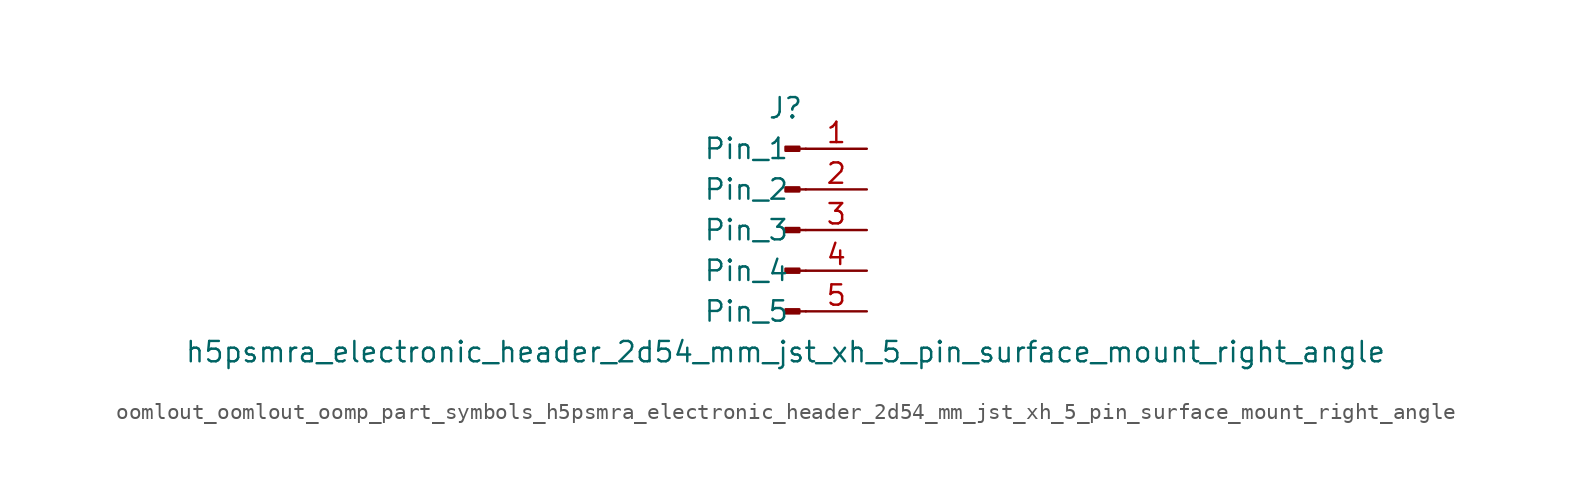
<source format=kicad_sym>
(kicad_symbol_lib
  (version 20220914)
  (generator kicad_symbol_editor)
  (symbol "oomlout_oomlout_oomp_part_symbols_h5psmra_electronic_header_2d54_mm_jst_xh_5_pin_surface_mount_right_angle"
    (pin_names
      (offset 1.016))
    (property "Reference" "J"
      (at 0 7.62 0)
      (effects (font (size 1.27 1.27))))
    (property "Value" "h5psmra_electronic_header_2d54_mm_jst_xh_5_pin_surface_mount_right_angle"
      (at 0 -7.62 0)
      (effects (font (size 1.27 1.27))))
    (property "ki_locked" ""
      (at 0 0 0)
      (effects (font (size 1.27 1.27))))
    (symbol "oomlout_oomlout_oomp_part_symbols_h5psmra_electronic_header_2d54_mm_jst_xh_5_pin_surface_mount_right_angle_1_1"
      (polyline (pts (xy 1.27 -5.08) (xy 0.864 -5.08)) (stroke (width 0.152) (type default)) (fill (type none)))
      (polyline (pts (xy 1.27 -2.54) (xy 0.864 -2.54)) (stroke (width 0.152) (type default)) (fill (type none)))
      (polyline (pts (xy 1.27 0) (xy 0.864 0)) (stroke (width 0.152) (type default)) (fill (type none)))
      (polyline (pts (xy 1.27 2.54) (xy 0.864 2.54)) (stroke (width 0.152) (type default)) (fill (type none)))
      (polyline (pts (xy 1.27 5.08) (xy 0.864 5.08)) (stroke (width 0.152) (type default)) (fill (type none)))
      (rectangle (start 0.864 -4.953) (end 0 -5.207) (stroke (width 0.152) (type default)) (fill (type outline)))
      (rectangle (start 0.864 -2.413) (end 0 -2.667) (stroke (width 0.152) (type default)) (fill (type outline)))
      (rectangle (start 0.864 0.127) (end 0 -0.127) (stroke (width 0.152) (type default)) (fill (type outline)))
      (rectangle (start 0.864 2.667) (end 0 2.413) (stroke (width 0.152) (type default)) (fill (type outline)))
      (rectangle (start 0.864 5.207) (end 0 4.953) (stroke (width 0.152) (type default)) (fill (type outline)))
      (pin passive line (at 5.08 5.08 180) (length 3.81) (name "Pin_1" (effects (font (size 1.27 1.27)))) (number "1" (effects (font (size 1.27 1.27)))))
      (pin passive line (at 5.08 2.54 180) (length 3.81) (name "Pin_2" (effects (font (size 1.27 1.27)))) (number "2" (effects (font (size 1.27 1.27)))))
      (pin passive line (at 5.08 0 180) (length 3.81) (name "Pin_3" (effects (font (size 1.27 1.27)))) (number "3" (effects (font (size 1.27 1.27)))))
      (pin passive line (at 5.08 -2.54 180) (length 3.81) (name "Pin_4" (effects (font (size 1.27 1.27)))) (number "4" (effects (font (size 1.27 1.27)))))
      (pin passive line (at 5.08 -5.08 180) (length 3.81) (name "Pin_5" (effects (font (size 1.27 1.27)))) (number "5" (effects (font (size 1.27 1.27))))))))
</source>
